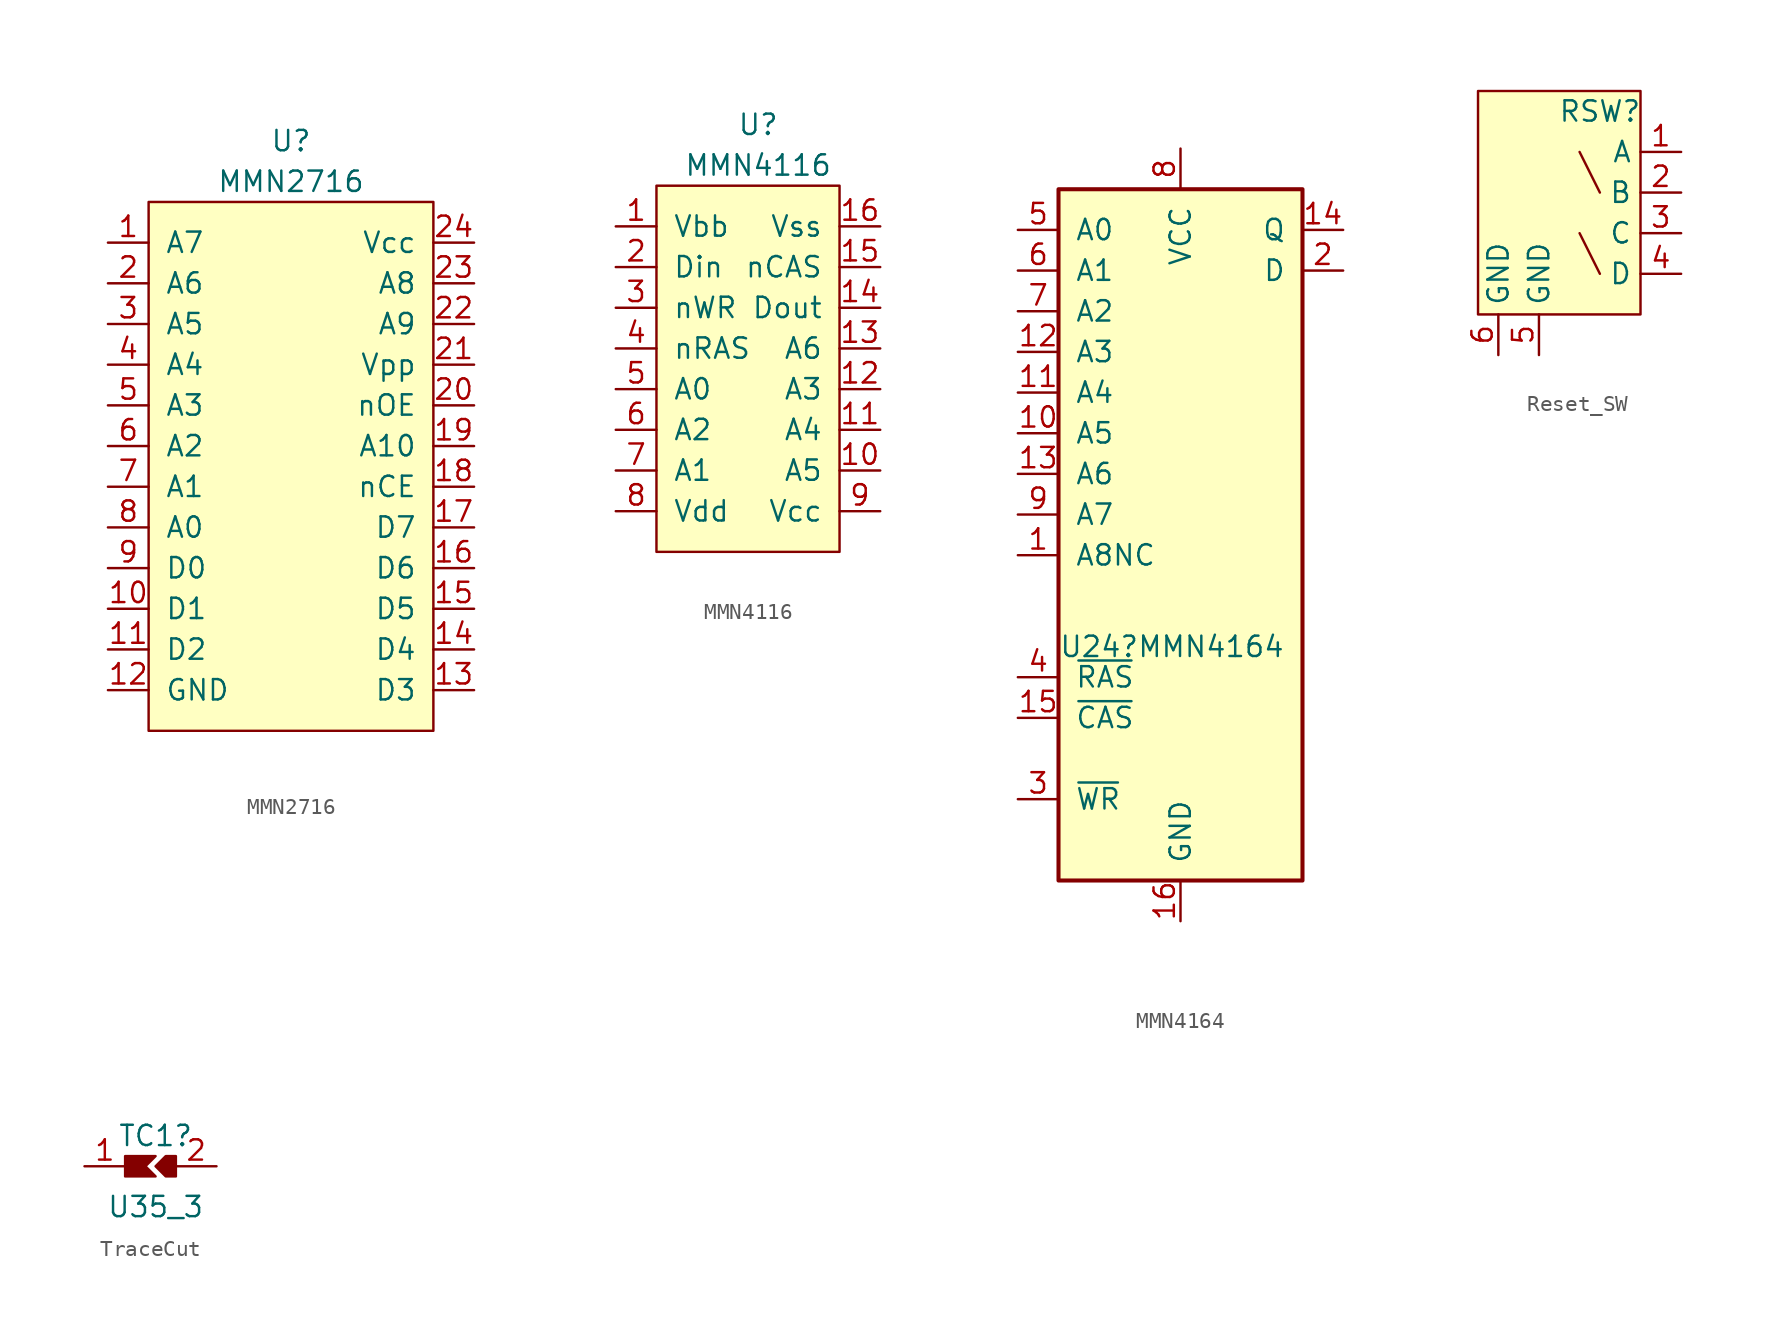
<source format=kicad_sym>
(kicad_symbol_lib
  (version 20220914)
  (generator kicad_symbol_editor)
  (symbol "MMN2716"
    (pin_names
      (offset 1.016))
    (property "Reference" "U"
      (at 0 0 0)
      (effects (font (size 1.27 1.27))))
    (property "Value" "MMN2716"
      (at 0 -2.54 0)
      (effects (font (size 1.27 1.27))))
    (symbol "MMN2716_1_1"
      (rectangle (start -8.89 -3.81) (end 8.89 -36.83) (stroke (width 0) (type solid)) (fill (type background)))
      (pin input line (at -11.43 -6.35 0) (length 2.54) (name "A7" (effects (font (size 1.27 1.27)))) (number "1" (effects (font (size 1.27 1.27)))))
      (pin bidirectional line (at -11.43 -29.21 0) (length 2.54) (name "D1" (effects (font (size 1.27 1.27)))) (number "10" (effects (font (size 1.27 1.27)))))
      (pin bidirectional line (at -11.43 -31.75 0) (length 2.54) (name "D2" (effects (font (size 1.27 1.27)))) (number "11" (effects (font (size 1.27 1.27)))))
      (pin passive line (at -11.43 -34.29 0) (length 2.54) (name "GND" (effects (font (size 1.27 1.27)))) (number "12" (effects (font (size 1.27 1.27)))))
      (pin bidirectional line (at 11.43 -34.29 180) (length 2.54) (name "D3" (effects (font (size 1.27 1.27)))) (number "13" (effects (font (size 1.27 1.27)))))
      (pin bidirectional line (at 11.43 -31.75 180) (length 2.54) (name "D4" (effects (font (size 1.27 1.27)))) (number "14" (effects (font (size 1.27 1.27)))))
      (pin bidirectional line (at 11.43 -29.21 180) (length 2.54) (name "D5" (effects (font (size 1.27 1.27)))) (number "15" (effects (font (size 1.27 1.27)))))
      (pin bidirectional line (at 11.43 -26.67 180) (length 2.54) (name "D6" (effects (font (size 1.27 1.27)))) (number "16" (effects (font (size 1.27 1.27)))))
      (pin bidirectional line (at 11.43 -24.13 180) (length 2.54) (name "D7" (effects (font (size 1.27 1.27)))) (number "17" (effects (font (size 1.27 1.27)))))
      (pin input line (at 11.43 -21.59 180) (length 2.54) (name "nCE" (effects (font (size 1.27 1.27)))) (number "18" (effects (font (size 1.27 1.27)))))
      (pin input line (at 11.43 -19.05 180) (length 2.54) (name "A10" (effects (font (size 1.27 1.27)))) (number "19" (effects (font (size 1.27 1.27)))))
      (pin input line (at -11.43 -8.89 0) (length 2.54) (name "A6" (effects (font (size 1.27 1.27)))) (number "2" (effects (font (size 1.27 1.27)))))
      (pin input line (at 11.43 -16.51 180) (length 2.54) (name "nOE" (effects (font (size 1.27 1.27)))) (number "20" (effects (font (size 1.27 1.27)))))
      (pin input line (at 11.43 -13.97 180) (length 2.54) (name "Vpp" (effects (font (size 1.27 1.27)))) (number "21" (effects (font (size 1.27 1.27)))))
      (pin input line (at 11.43 -11.43 180) (length 2.54) (name "A9" (effects (font (size 1.27 1.27)))) (number "22" (effects (font (size 1.27 1.27)))))
      (pin input line (at 11.43 -8.89 180) (length 2.54) (name "A8" (effects (font (size 1.27 1.27)))) (number "23" (effects (font (size 1.27 1.27)))))
      (pin power_in line (at 11.43 -6.35 180) (length 2.54) (name "Vcc" (effects (font (size 1.27 1.27)))) (number "24" (effects (font (size 1.27 1.27)))))
      (pin input line (at -11.43 -11.43 0) (length 2.54) (name "A5" (effects (font (size 1.27 1.27)))) (number "3" (effects (font (size 1.27 1.27)))))
      (pin input line (at -11.43 -13.97 0) (length 2.54) (name "A4" (effects (font (size 1.27 1.27)))) (number "4" (effects (font (size 1.27 1.27)))))
      (pin input line (at -11.43 -16.51 0) (length 2.54) (name "A3" (effects (font (size 1.27 1.27)))) (number "5" (effects (font (size 1.27 1.27)))))
      (pin input line (at -11.43 -19.05 0) (length 2.54) (name "A2" (effects (font (size 1.27 1.27)))) (number "6" (effects (font (size 1.27 1.27)))))
      (pin input line (at -11.43 -21.59 0) (length 2.54) (name "A1" (effects (font (size 1.27 1.27)))) (number "7" (effects (font (size 1.27 1.27)))))
      (pin input line (at -11.43 -24.13 0) (length 2.54) (name "A0" (effects (font (size 1.27 1.27)))) (number "8" (effects (font (size 1.27 1.27)))))
      (pin bidirectional line (at -11.43 -26.67 0) (length 2.54) (name "D0" (effects (font (size 1.27 1.27)))) (number "9" (effects (font (size 1.27 1.27)))))))
  (symbol "MMN4116"
    (pin_names
      (offset 1.016))
    (property "Reference" "U"
      (at 0 0 0)
      (effects (font (size 1.27 1.27))))
    (property "Value" "MMN4116"
      (at 0 -2.54 0)
      (effects (font (size 1.27 1.27))))
    (symbol "MMN4116_1_1"
      (rectangle (start -6.35 -3.81) (end 5.08 -26.67) (stroke (width 0) (type solid)) (fill (type background)))
      (pin power_in line (at -8.89 -6.35 0) (length 2.54) (name "Vbb" (effects (font (size 1.27 1.27)))) (number "1" (effects (font (size 1.27 1.27)))))
      (pin input line (at 7.62 -21.59 180) (length 2.54) (name "A5" (effects (font (size 1.27 1.27)))) (number "10" (effects (font (size 1.27 1.27)))))
      (pin input line (at 7.62 -19.05 180) (length 2.54) (name "A4" (effects (font (size 1.27 1.27)))) (number "11" (effects (font (size 1.27 1.27)))))
      (pin input line (at 7.62 -16.51 180) (length 2.54) (name "A3" (effects (font (size 1.27 1.27)))) (number "12" (effects (font (size 1.27 1.27)))))
      (pin input line (at 7.62 -13.97 180) (length 2.54) (name "A6" (effects (font (size 1.27 1.27)))) (number "13" (effects (font (size 1.27 1.27)))))
      (pin bidirectional line (at 7.62 -11.43 180) (length 2.54) (name "Dout" (effects (font (size 1.27 1.27)))) (number "14" (effects (font (size 1.27 1.27)))))
      (pin input line (at 7.62 -8.89 180) (length 2.54) (name "nCAS" (effects (font (size 1.27 1.27)))) (number "15" (effects (font (size 1.27 1.27)))))
      (pin passive line (at 7.62 -6.35 180) (length 2.54) (name "Vss" (effects (font (size 1.27 1.27)))) (number "16" (effects (font (size 1.27 1.27)))))
      (pin bidirectional line (at -8.89 -8.89 0) (length 2.54) (name "Din" (effects (font (size 1.27 1.27)))) (number "2" (effects (font (size 1.27 1.27)))))
      (pin input line (at -8.89 -11.43 0) (length 2.54) (name "nWR" (effects (font (size 1.27 1.27)))) (number "3" (effects (font (size 1.27 1.27)))))
      (pin input line (at -8.89 -13.97 0) (length 2.54) (name "nRAS" (effects (font (size 1.27 1.27)))) (number "4" (effects (font (size 1.27 1.27)))))
      (pin input line (at -8.89 -16.51 0) (length 2.54) (name "A0" (effects (font (size 1.27 1.27)))) (number "5" (effects (font (size 1.27 1.27)))))
      (pin input line (at -8.89 -19.05 0) (length 2.54) (name "A2" (effects (font (size 1.27 1.27)))) (number "6" (effects (font (size 1.27 1.27)))))
      (pin input line (at -8.89 -21.59 0) (length 2.54) (name "A1" (effects (font (size 1.27 1.27)))) (number "7" (effects (font (size 1.27 1.27)))))
      (pin power_in line (at -8.89 -24.13 0) (length 2.54) (name "Vdd" (effects (font (size 1.27 1.27)))) (number "8" (effects (font (size 1.27 1.27)))))
      (pin power_in line (at 7.62 -24.13 180) (length 2.54) (name "Vcc" (effects (font (size 1.27 1.27)))) (number "9" (effects (font (size 1.27 1.27)))))))
  (symbol "MMN4164"
    (pin_names
      (offset 1.016))
    (property "Reference" "U24"
      (at -5.08 -3.175 0)
      (effects (font (size 1.27 1.27))))
    (property "Value" "MMN4164"
      (at 1.905 -3.175 0)
      (effects (font (size 1.27 1.27))))
    (symbol "MMN4164_1_1"
      (rectangle (start -7.62 25.4) (end 7.62 -17.78) (stroke (width 0.254) (type default)) (fill (type background)))
      (pin input line (at -10.16 2.54 0) (length 2.54) (name "A8NC" (effects (font (size 1.27 1.27)))) (number "1" (effects (font (size 1.27 1.27)))))
      (pin input line (at -10.16 10.16 0) (length 2.54) (name "A5" (effects (font (size 1.27 1.27)))) (number "10" (effects (font (size 1.27 1.27)))))
      (pin input line (at -10.16 12.7 0) (length 2.54) (name "A4" (effects (font (size 1.27 1.27)))) (number "11" (effects (font (size 1.27 1.27)))))
      (pin input line (at -10.16 15.24 0) (length 2.54) (name "A3" (effects (font (size 1.27 1.27)))) (number "12" (effects (font (size 1.27 1.27)))))
      (pin input line (at -10.16 7.62 0) (length 2.54) (name "A6" (effects (font (size 1.27 1.27)))) (number "13" (effects (font (size 1.27 1.27)))))
      (pin tri_state line (at 10.16 22.86 180) (length 2.54) (name "Q" (effects (font (size 1.27 1.27)))) (number "14" (effects (font (size 1.27 1.27)))))
      (pin input line (at -10.16 -7.62 0) (length 2.54) (name "~{CAS}" (effects (font (size 1.27 1.27)))) (number "15" (effects (font (size 1.27 1.27)))))
      (pin power_in line (at 0 -20.32 90) (length 2.54) (name "GND" (effects (font (size 1.27 1.27)))) (number "16" (effects (font (size 1.27 1.27)))))
      (pin tri_state line (at 10.16 20.32 180) (length 2.54) (name "D" (effects (font (size 1.27 1.27)))) (number "2" (effects (font (size 1.27 1.27)))))
      (pin input line (at -10.16 -12.7 0) (length 2.54) (name "~{WR}" (effects (font (size 1.27 1.27)))) (number "3" (effects (font (size 1.27 1.27)))))
      (pin input line (at -10.16 -5.08 0) (length 2.54) (name "~{RAS}" (effects (font (size 1.27 1.27)))) (number "4" (effects (font (size 1.27 1.27)))))
      (pin input line (at -10.16 22.86 0) (length 2.54) (name "A0" (effects (font (size 1.27 1.27)))) (number "5" (effects (font (size 1.27 1.27)))))
      (pin input line (at -10.16 20.32 0) (length 2.54) (name "A1" (effects (font (size 1.27 1.27)))) (number "6" (effects (font (size 1.27 1.27)))))
      (pin input line (at -10.16 17.78 0) (length 2.54) (name "A2" (effects (font (size 1.27 1.27)))) (number "7" (effects (font (size 1.27 1.27)))))
      (pin power_in line (at 0 27.94 270) (length 2.54) (name "VCC" (effects (font (size 1.27 1.27)))) (number "8" (effects (font (size 1.27 1.27)))))
      (pin input line (at -10.16 5.08 0) (length 2.54) (name "A7" (effects (font (size 1.27 1.27)))) (number "9" (effects (font (size 1.27 1.27)))))))
  (symbol "Reset_SW"
    (property "Reference" "RSW"
      (at -2.54 6.35 0)
      (effects (font (size 1.27 1.27))))
    (property "Value" ""
      (at 0 0 0)
      (effects (font (size 1.27 1.27))))
    (symbol "Reset_SW_0_1"
      (polyline (pts (xy -2.54 -3.81) (xy -3.81 -1.27)) (stroke (width 0) (type default)) (fill (type none)))
      (polyline (pts (xy -2.54 1.27) (xy -3.81 3.81)) (stroke (width 0) (type default)) (fill (type none))))
    (symbol "Reset_SW_1_1"
      (rectangle (start -10.16 7.62) (end 0 -6.35) (stroke (width 0) (type default)) (fill (type background)))
      (pin passive line (at 2.54 3.81 180) (length 2.54) (name "A" (effects (font (size 1.27 1.27)))) (number "1" (effects (font (size 1.27 1.27)))))
      (pin passive line (at 2.54 1.27 180) (length 2.54) (name "B" (effects (font (size 1.27 1.27)))) (number "2" (effects (font (size 1.27 1.27)))))
      (pin passive line (at 2.54 -1.27 180) (length 2.54) (name "C" (effects (font (size 1.27 1.27)))) (number "3" (effects (font (size 1.27 1.27)))))
      (pin passive line (at 2.54 -3.81 180) (length 2.54) (name "D" (effects (font (size 1.27 1.27)))) (number "4" (effects (font (size 1.27 1.27)))))
      (pin passive line (at -6.35 -8.89 90) (length 2.54) (name "GND" (effects (font (size 1.27 1.27)))) (number "5" (effects (font (size 1.27 1.27)))))
      (pin passive line (at -8.89 -8.89 90) (length 2.54) (name "GND" (effects (font (size 1.27 1.27)))) (number "6" (effects (font (size 1.27 1.27)))))))
  (symbol "TraceCut"
    (pin_names
      (offset 0))
    (property "Reference" "TC1"
      (at 0.635 1.905 0)
      (effects (font (size 1.27 1.27))))
    (property "Value" "U35_3"
      (at 0.635 -2.54 0)
      (effects (font (size 1.27 1.27))))
    (symbol "TraceCut_1_1"
      (polyline (pts (xy 0.635 0.635) (xy -1.27 0.635) (xy -1.27 -0.635) (xy 0.635 -0.635) (xy 0 0) (xy 0.635 0.635)) (stroke (width 0) (type default)) (fill (type outline)))
      (polyline (pts (xy 1.27 0.635) (xy 0.635 0) (xy 1.27 -0.635) (xy 1.905 -0.635) (xy 1.905 0.635) (xy 1.27 0.635)) (stroke (width 0) (type default)) (fill (type outline)))
      (pin passive line (at -3.81 0 0) (length 2.54) (name "" (effects (font (size 1.27 1.27)))) (number "1" (effects (font (size 1.27 1.27)))))
      (pin passive line (at 4.445 0 180) (length 2.54) (name "" (effects (font (size 1.27 1.27)))) (number "2" (effects (font (size 1.27 1.27))))))))
</source>
